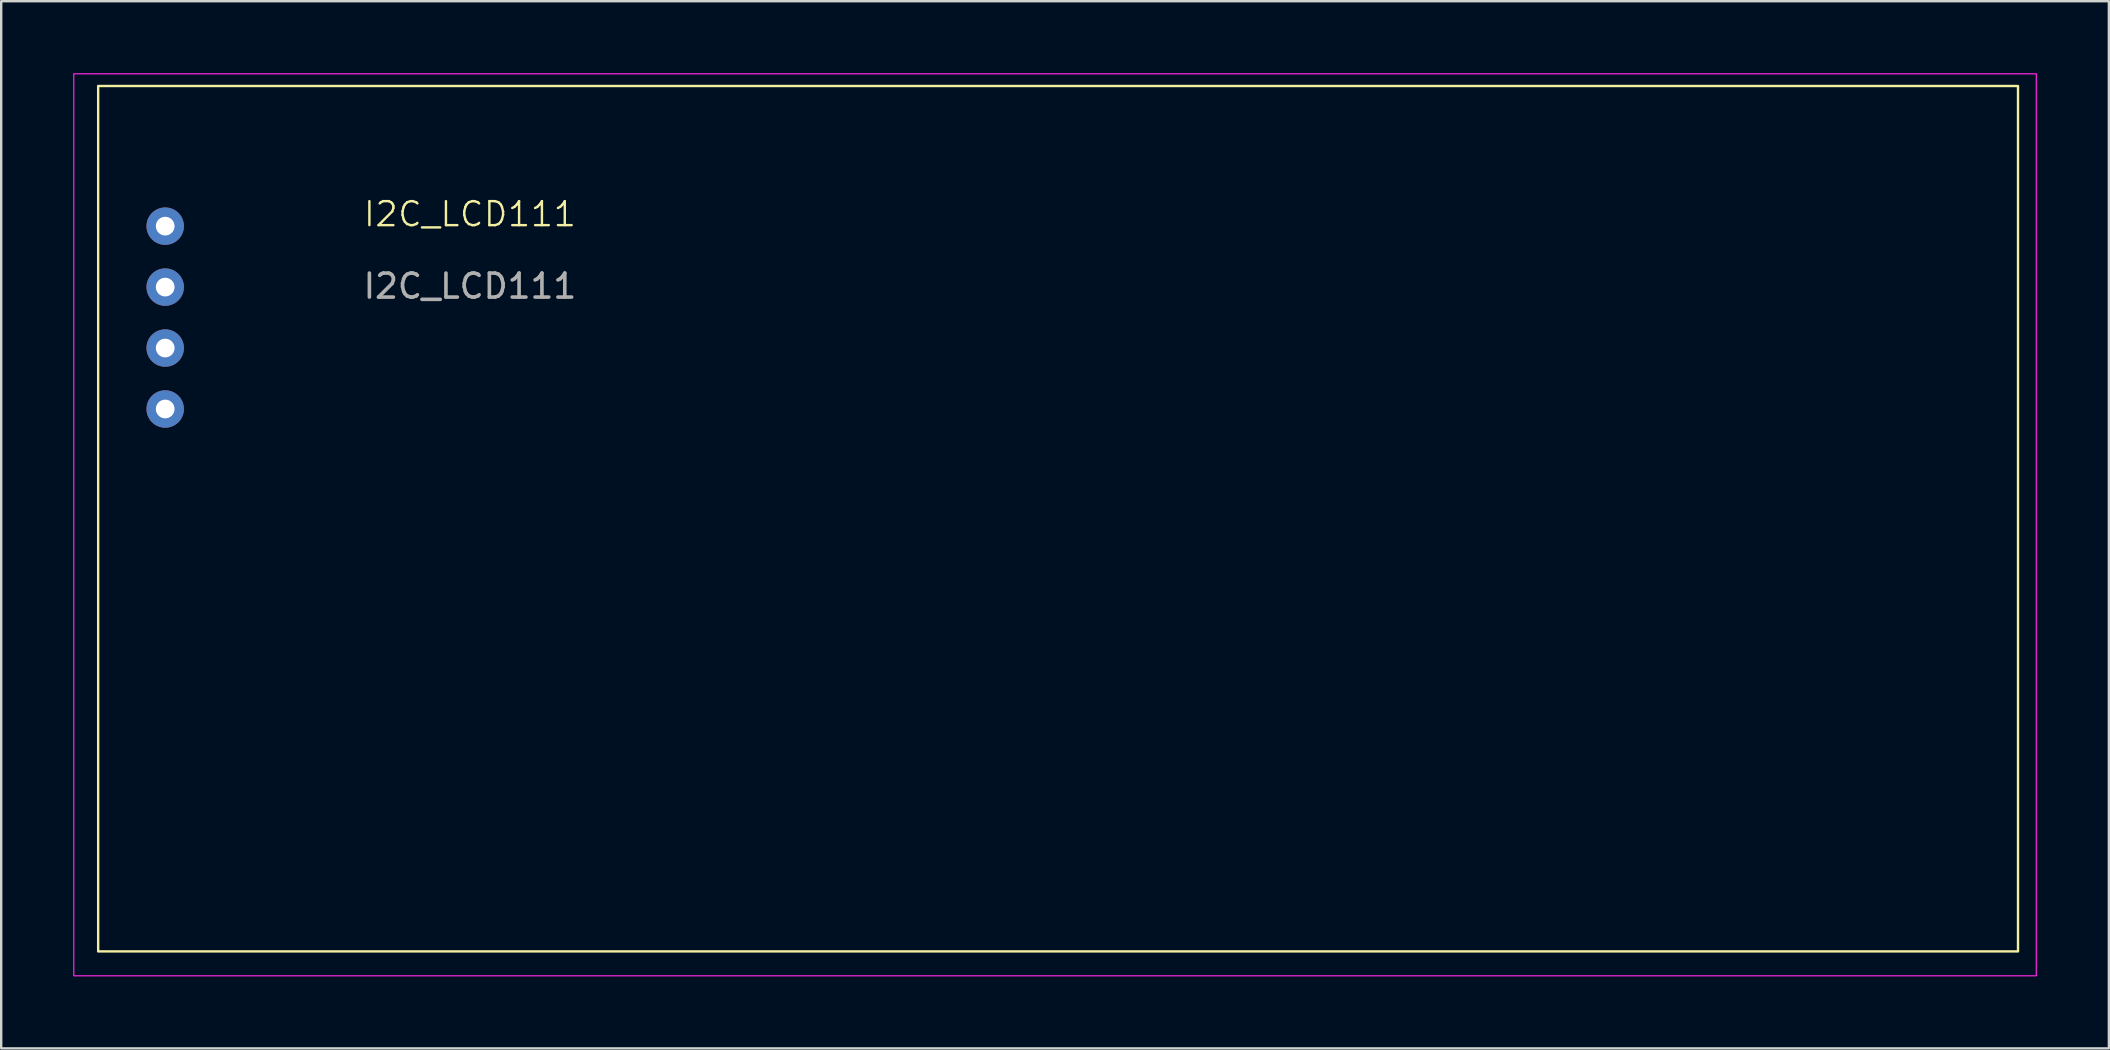
<source format=kicad_pcb>
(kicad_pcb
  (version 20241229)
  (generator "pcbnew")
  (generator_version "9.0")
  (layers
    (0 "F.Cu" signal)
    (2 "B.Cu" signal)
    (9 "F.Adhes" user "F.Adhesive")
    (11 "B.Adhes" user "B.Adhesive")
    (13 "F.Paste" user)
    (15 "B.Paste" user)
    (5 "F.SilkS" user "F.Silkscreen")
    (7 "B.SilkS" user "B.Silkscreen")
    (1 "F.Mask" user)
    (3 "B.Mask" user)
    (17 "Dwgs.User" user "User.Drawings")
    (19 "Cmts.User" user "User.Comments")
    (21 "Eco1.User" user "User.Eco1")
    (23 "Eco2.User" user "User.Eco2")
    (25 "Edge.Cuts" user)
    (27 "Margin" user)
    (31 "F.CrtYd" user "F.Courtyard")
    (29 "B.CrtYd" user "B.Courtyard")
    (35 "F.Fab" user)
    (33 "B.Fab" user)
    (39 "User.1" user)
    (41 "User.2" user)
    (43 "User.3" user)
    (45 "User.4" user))
  (footprint "I2C_LCD111"
    (layer "F.Cu")
    (at 16.535 6.375)
    (property "Reference" "I2C_LCD111" (at 0 -0.5 0) (unlocked yes) (layer "F.SilkS") (effects (font (size 1 1) (thickness 0.1))))
    (attr smd)
    (fp_rect (start -15.494 -5.842) (end 64.516 30.226) (stroke (width 0.1) (type default)) (fill no) (layer "F.SilkS"))
    (fp_rect (start -16.51 -6.35) (end 65.278 31.242) (stroke (width 0.05) (type default)) (fill no) (layer "F.CrtYd"))
    (fp_text user "${REFERENCE}" (at 0 2.5 0) (unlocked yes) (layer "F.Fab") (effects (font (size 1 1) (thickness 0.15))))
    (pad "1" thru_hole circle (at -12.7 0) (size 1.56 1.56) (drill 0.78) (layers "*.Cu" "*.Mask"))
    (pad "2" thru_hole circle (at -12.7 2.54) (size 1.56 1.56) (drill 0.78) (layers "*.Cu" "*.Mask"))
    (pad "3" thru_hole circle (at -12.7 5.08) (size 1.56 1.56) (drill 0.78) (layers "*.Cu" "*.Mask"))
    (pad "4" thru_hole circle (at -12.7 7.62) (size 1.56 1.56) (drill 0.78) (layers "*.Cu" "*.Mask")))
  (gr_rect
    (start -3 -3)
    (end 84.838 40.642)
    (stroke (width 0.1) (type default))
    (fill no)
    (layer "Edge.Cuts")))
</source>
